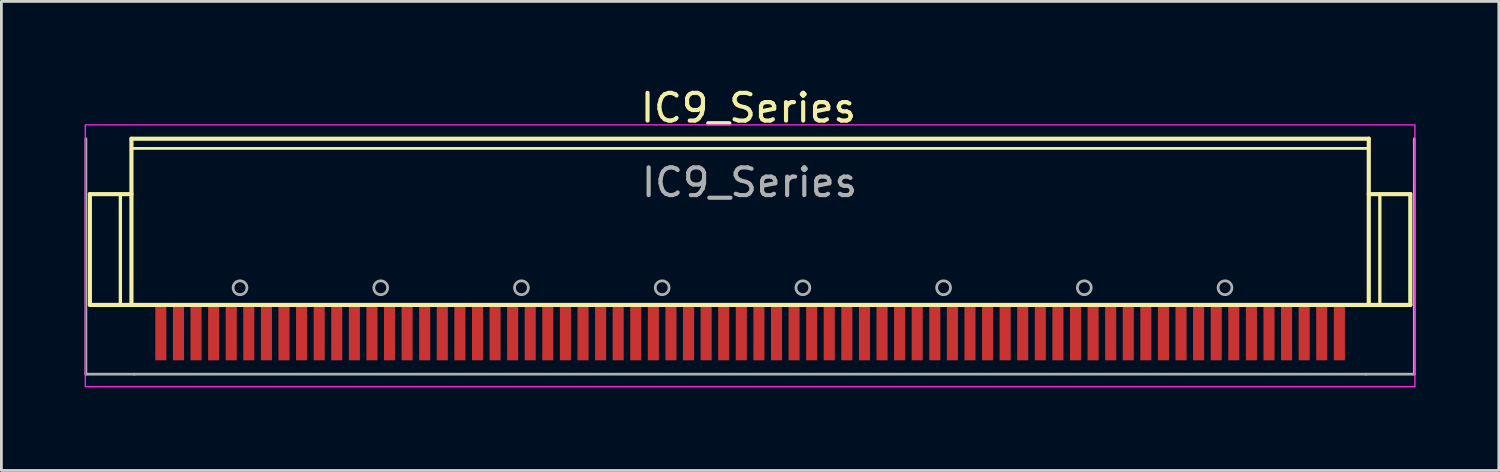
<source format=kicad_pcb>
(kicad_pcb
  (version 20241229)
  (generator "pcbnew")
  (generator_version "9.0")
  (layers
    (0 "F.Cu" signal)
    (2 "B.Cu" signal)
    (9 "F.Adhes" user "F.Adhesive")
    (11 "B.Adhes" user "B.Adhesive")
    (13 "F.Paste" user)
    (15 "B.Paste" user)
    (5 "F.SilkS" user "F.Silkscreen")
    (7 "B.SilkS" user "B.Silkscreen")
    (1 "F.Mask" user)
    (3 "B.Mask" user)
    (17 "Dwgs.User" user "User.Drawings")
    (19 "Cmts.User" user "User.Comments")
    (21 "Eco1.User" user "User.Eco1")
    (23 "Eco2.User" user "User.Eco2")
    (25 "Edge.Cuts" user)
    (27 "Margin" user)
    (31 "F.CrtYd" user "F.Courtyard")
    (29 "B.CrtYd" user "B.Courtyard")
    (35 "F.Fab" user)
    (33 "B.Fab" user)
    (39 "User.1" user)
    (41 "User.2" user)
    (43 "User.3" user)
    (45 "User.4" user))
  (footprint "IC9_Series"
    (layer "F.Cu")
    (at 24.03 7.958)
    (property "Reference" "IC9_Series" (at -0.06 -7.11 0) (unlocked yes) (layer "F.SilkS") (effects (font (size 1 1) (thickness 0.15))))
    (attr smd)
    (fp_rect (start -21.473 0) (end -21.073 2) (stroke (width 0) (type solid)) (fill yes) (layer "F.Mask"))
    (fp_rect (start -20.837 0) (end -20.438 2) (stroke (width 0) (type solid)) (fill yes) (layer "F.Mask"))
    (fp_rect (start -20.203 0) (end -19.802 2) (stroke (width 0) (type solid)) (fill yes) (layer "F.Mask"))
    (fp_rect (start -19.567 0) (end -19.168 2) (stroke (width 0) (type solid)) (fill yes) (layer "F.Mask"))
    (fp_rect (start -18.933 0) (end -18.532 2) (stroke (width 0) (type solid)) (fill yes) (layer "F.Mask"))
    (fp_rect (start -18.297 0) (end -17.898 2) (stroke (width 0) (type solid)) (fill yes) (layer "F.Mask"))
    (fp_rect (start -17.663 0) (end -17.262 2) (stroke (width 0) (type solid)) (fill yes) (layer "F.Mask"))
    (fp_rect (start -17.027 0) (end -16.628 2) (stroke (width 0) (type solid)) (fill yes) (layer "F.Mask"))
    (fp_rect (start -16.392 0) (end -15.992 2) (stroke (width 0) (type solid)) (fill yes) (layer "F.Mask"))
    (fp_rect (start -15.758 0) (end -15.357 2) (stroke (width 0) (type solid)) (fill yes) (layer "F.Mask"))
    (fp_rect (start -15.123 0) (end -14.723 2) (stroke (width 0) (type solid)) (fill yes) (layer "F.Mask"))
    (fp_rect (start -14.488 0) (end -14.088 2) (stroke (width 0) (type solid)) (fill yes) (layer "F.Mask"))
    (fp_rect (start -13.852 0) (end -13.453 2) (stroke (width 0) (type solid)) (fill yes) (layer "F.Mask"))
    (fp_rect (start -13.217 0) (end -12.818 2) (stroke (width 0) (type solid)) (fill yes) (layer "F.Mask"))
    (fp_rect (start -12.582 0) (end -12.182 2) (stroke (width 0) (type solid)) (fill yes) (layer "F.Mask"))
    (fp_rect (start -11.947 0) (end -11.547 2) (stroke (width 0) (type solid)) (fill yes) (layer "F.Mask"))
    (fp_rect (start -11.312 0) (end -10.912 2) (stroke (width 0) (type solid)) (fill yes) (layer "F.Mask"))
    (fp_rect (start -10.678 0) (end -10.277 2) (stroke (width 0) (type solid)) (fill yes) (layer "F.Mask"))
    (fp_rect (start -10.043 0) (end -9.643 2) (stroke (width 0) (type solid)) (fill yes) (layer "F.Mask"))
    (fp_rect (start -9.408 0) (end -9.008 2) (stroke (width 0) (type solid)) (fill yes) (layer "F.Mask"))
    (fp_rect (start -8.773 0) (end -8.373 2) (stroke (width 0) (type solid)) (fill yes) (layer "F.Mask"))
    (fp_rect (start -8.137 0) (end -7.737 2) (stroke (width 0) (type solid)) (fill yes) (layer "F.Mask"))
    (fp_rect (start -7.503 0) (end -7.103 2) (stroke (width 0) (type solid)) (fill yes) (layer "F.Mask"))
    (fp_rect (start -6.867 0) (end -6.468 2) (stroke (width 0) (type solid)) (fill yes) (layer "F.Mask"))
    (fp_rect (start -6.232 0) (end -5.832 2) (stroke (width 0) (type solid)) (fill yes) (layer "F.Mask"))
    (fp_rect (start -5.598 0) (end -5.197 2) (stroke (width 0) (type solid)) (fill yes) (layer "F.Mask"))
    (fp_rect (start -4.963 0) (end -4.562 2) (stroke (width 0) (type solid)) (fill yes) (layer "F.Mask"))
    (fp_rect (start -4.327 0) (end -3.928 2) (stroke (width 0) (type solid)) (fill yes) (layer "F.Mask"))
    (fp_rect (start -3.692 0) (end -3.292 2) (stroke (width 0) (type solid)) (fill yes) (layer "F.Mask"))
    (fp_rect (start -3.058 0) (end -2.658 2) (stroke (width 0) (type solid)) (fill yes) (layer "F.Mask"))
    (fp_rect (start -2.422 0) (end -2.022 2) (stroke (width 0) (type solid)) (fill yes) (layer "F.Mask"))
    (fp_rect (start -1.788 0) (end -1.387 2) (stroke (width 0) (type solid)) (fill yes) (layer "F.Mask"))
    (fp_rect (start -1.153 0) (end -0.752 2) (stroke (width 0) (type solid)) (fill yes) (layer "F.Mask"))
    (fp_rect (start -0.517 0) (end -0.117 2) (stroke (width 0) (type solid)) (fill yes) (layer "F.Mask"))
    (fp_rect (start 0.117 0) (end 0.517 2) (stroke (width 0) (type solid)) (fill yes) (layer "F.Mask"))
    (fp_rect (start 0.752 0) (end 1.153 2) (stroke (width 0) (type solid)) (fill yes) (layer "F.Mask"))
    (fp_rect (start 1.387 0) (end 1.788 2) (stroke (width 0) (type solid)) (fill yes) (layer "F.Mask"))
    (fp_rect (start 2.022 0) (end 2.422 2) (stroke (width 0) (type solid)) (fill yes) (layer "F.Mask"))
    (fp_rect (start 2.658 0) (end 3.058 2) (stroke (width 0) (type solid)) (fill yes) (layer "F.Mask"))
    (fp_rect (start 3.292 0) (end 3.692 2) (stroke (width 0) (type solid)) (fill yes) (layer "F.Mask"))
    (fp_rect (start 3.928 0) (end 4.327 2) (stroke (width 0) (type solid)) (fill yes) (layer "F.Mask"))
    (fp_rect (start 4.562 0) (end 4.963 2) (stroke (width 0) (type solid)) (fill yes) (layer "F.Mask"))
    (fp_rect (start 5.197 0) (end 5.598 2) (stroke (width 0) (type solid)) (fill yes) (layer "F.Mask"))
    (fp_rect (start 5.832 0) (end 6.232 2) (stroke (width 0) (type solid)) (fill yes) (layer "F.Mask"))
    (fp_rect (start 6.468 0) (end 6.867 2) (stroke (width 0) (type solid)) (fill yes) (layer "F.Mask"))
    (fp_rect (start 7.103 0) (end 7.503 2) (stroke (width 0) (type solid)) (fill yes) (layer "F.Mask"))
    (fp_rect (start 7.737 0) (end 8.137 2) (stroke (width 0) (type solid)) (fill yes) (layer "F.Mask"))
    (fp_rect (start 8.373 0) (end 8.773 2) (stroke (width 0) (type solid)) (fill yes) (layer "F.Mask"))
    (fp_rect (start 9.008 0) (end 9.408 2) (stroke (width 0) (type solid)) (fill yes) (layer "F.Mask"))
    (fp_rect (start 9.643 0) (end 10.043 2) (stroke (width 0) (type solid)) (fill yes) (layer "F.Mask"))
    (fp_rect (start 10.277 0) (end 10.678 2) (stroke (width 0) (type solid)) (fill yes) (layer "F.Mask"))
    (fp_rect (start 10.912 0) (end 11.312 2) (stroke (width 0) (type solid)) (fill yes) (layer "F.Mask"))
    (fp_rect (start 11.547 0) (end 11.947 2) (stroke (width 0) (type solid)) (fill yes) (layer "F.Mask"))
    (fp_rect (start 12.182 0) (end 12.582 2) (stroke (width 0) (type solid)) (fill yes) (layer "F.Mask"))
    (fp_rect (start 12.818 0) (end 13.217 2) (stroke (width 0) (type solid)) (fill yes) (layer "F.Mask"))
    (fp_rect (start 13.453 0) (end 13.852 2) (stroke (width 0) (type solid)) (fill yes) (layer "F.Mask"))
    (fp_rect (start 14.088 0) (end 14.488 2) (stroke (width 0) (type solid)) (fill yes) (layer "F.Mask"))
    (fp_rect (start 14.723 0) (end 15.123 2) (stroke (width 0) (type solid)) (fill yes) (layer "F.Mask"))
    (fp_rect (start 15.357 0) (end 15.758 2) (stroke (width 0) (type solid)) (fill yes) (layer "F.Mask"))
    (fp_rect (start 15.992 0) (end 16.392 2) (stroke (width 0) (type solid)) (fill yes) (layer "F.Mask"))
    (fp_rect (start 16.628 0) (end 17.027 2) (stroke (width 0) (type solid)) (fill yes) (layer "F.Mask"))
    (fp_rect (start 17.262 0) (end 17.663 2) (stroke (width 0) (type solid)) (fill yes) (layer "F.Mask"))
    (fp_rect (start 17.898 0) (end 18.297 2) (stroke (width 0) (type solid)) (fill yes) (layer "F.Mask"))
    (fp_rect (start 18.532 0) (end 18.933 2) (stroke (width 0) (type solid)) (fill yes) (layer "F.Mask"))
    (fp_rect (start 19.168 0) (end 19.567 2) (stroke (width 0) (type solid)) (fill yes) (layer "F.Mask"))
    (fp_rect (start 19.802 0) (end 20.203 2) (stroke (width 0) (type solid)) (fill yes) (layer "F.Mask"))
    (fp_rect (start 20.438 0) (end 20.837 2) (stroke (width 0) (type solid)) (fill yes) (layer "F.Mask"))
    (fp_rect (start 21.073 0) (end 21.473 2) (stroke (width 0) (type solid)) (fill yes) (layer "F.Mask"))
    (fp_line (start -23.835 -4) (end -23.835 0) (stroke (width 0.15) (type solid)) (layer "F.SilkS"))
    (fp_line (start -23.835 0) (end 23.835 0) (stroke (width 0.15) (type solid)) (layer "F.SilkS"))
    (fp_line (start -22.735 -4) (end -22.735 0) (stroke (width 0.12) (type solid)) (layer "F.SilkS"))
    (fp_line (start -22.335 -6) (end -22.335 0) (stroke (width 0.15) (type solid)) (layer "F.SilkS"))
    (fp_line (start -22.335 -4) (end -23.835 -4) (stroke (width 0.15) (type solid)) (layer "F.SilkS"))
    (fp_line (start 22.335 -6) (end -22.335 -6) (stroke (width 0.15) (type solid)) (layer "F.SilkS"))
    (fp_line (start 22.335 -5.65) (end -22.335 -5.65) (stroke (width 0.1) (type solid)) (layer "F.SilkS"))
    (fp_line (start 22.335 0) (end 22.335 -6) (stroke (width 0.15) (type solid)) (layer "F.SilkS"))
    (fp_line (start 22.735 -4) (end 22.735 0) (stroke (width 0.12) (type solid)) (layer "F.SilkS"))
    (fp_line (start 23.835 -4) (end 22.335 -4) (stroke (width 0.15) (type solid)) (layer "F.SilkS"))
    (fp_line (start 23.835 0) (end 23.835 -4) (stroke (width 0.15) (type solid)) (layer "F.SilkS"))
    (fp_rect (start -21.473 0) (end -21.073 2) (stroke (width 0) (type solid)) (fill yes) (layer "F.Paste"))
    (fp_rect (start -21.473 0) (end -21.073 2) (stroke (width 0) (type solid)) (fill yes) (layer "F.Paste"))
    (fp_rect (start -20.837 0) (end -20.438 2) (stroke (width 0) (type solid)) (fill yes) (layer "F.Paste"))
    (fp_rect (start -20.837 0) (end -20.438 2) (stroke (width 0) (type solid)) (fill yes) (layer "F.Paste"))
    (fp_rect (start -20.203 0) (end -19.802 2) (stroke (width 0) (type solid)) (fill yes) (layer "F.Paste"))
    (fp_rect (start -20.203 0) (end -19.802 2) (stroke (width 0) (type solid)) (fill yes) (layer "F.Paste"))
    (fp_rect (start -19.567 0) (end -19.168 2) (stroke (width 0) (type solid)) (fill yes) (layer "F.Paste"))
    (fp_rect (start -19.567 0) (end -19.168 2) (stroke (width 0) (type solid)) (fill yes) (layer "F.Paste"))
    (fp_rect (start -18.933 0) (end -18.532 2) (stroke (width 0) (type solid)) (fill yes) (layer "F.Paste"))
    (fp_rect (start -18.933 0) (end -18.532 2) (stroke (width 0) (type solid)) (fill yes) (layer "F.Paste"))
    (fp_rect (start -18.297 0) (end -17.898 2) (stroke (width 0) (type solid)) (fill yes) (layer "F.Paste"))
    (fp_rect (start -18.297 0) (end -17.898 2) (stroke (width 0) (type solid)) (fill yes) (layer "F.Paste"))
    (fp_rect (start -17.663 0) (end -17.262 2) (stroke (width 0) (type solid)) (fill yes) (layer "F.Paste"))
    (fp_rect (start -17.663 0) (end -17.262 2) (stroke (width 0) (type solid)) (fill yes) (layer "F.Paste"))
    (fp_rect (start -17.027 0) (end -16.628 2) (stroke (width 0) (type solid)) (fill yes) (layer "F.Paste"))
    (fp_rect (start -17.027 0) (end -16.628 2) (stroke (width 0) (type solid)) (fill yes) (layer "F.Paste"))
    (fp_rect (start -16.392 0) (end -15.992 2) (stroke (width 0) (type solid)) (fill yes) (layer "F.Paste"))
    (fp_rect (start -16.392 0) (end -15.992 2) (stroke (width 0) (type solid)) (fill yes) (layer "F.Paste"))
    (fp_rect (start -15.758 0) (end -15.357 2) (stroke (width 0) (type solid)) (fill yes) (layer "F.Paste"))
    (fp_rect (start -15.758 0) (end -15.357 2) (stroke (width 0) (type solid)) (fill yes) (layer "F.Paste"))
    (fp_rect (start -15.123 0) (end -14.723 2) (stroke (width 0) (type solid)) (fill yes) (layer "F.Paste"))
    (fp_rect (start -15.123 0) (end -14.723 2) (stroke (width 0) (type solid)) (fill yes) (layer "F.Paste"))
    (fp_rect (start -14.488 0) (end -14.088 2) (stroke (width 0) (type solid)) (fill yes) (layer "F.Paste"))
    (fp_rect (start -14.488 0) (end -14.088 2) (stroke (width 0) (type solid)) (fill yes) (layer "F.Paste"))
    (fp_rect (start -13.852 0) (end -13.453 2) (stroke (width 0) (type solid)) (fill yes) (layer "F.Paste"))
    (fp_rect (start -13.852 0) (end -13.453 2) (stroke (width 0) (type solid)) (fill yes) (layer "F.Paste"))
    (fp_rect (start -13.217 0) (end -12.818 2) (stroke (width 0) (type solid)) (fill yes) (layer "F.Paste"))
    (fp_rect (start -13.217 0) (end -12.818 2) (stroke (width 0) (type solid)) (fill yes) (layer "F.Paste"))
    (fp_rect (start -12.582 0) (end -12.182 2) (stroke (width 0) (type solid)) (fill yes) (layer "F.Paste"))
    (fp_rect (start -12.582 0) (end -12.182 2) (stroke (width 0) (type solid)) (fill yes) (layer "F.Paste"))
    (fp_rect (start -11.947 0) (end -11.547 2) (stroke (width 0) (type solid)) (fill yes) (layer "F.Paste"))
    (fp_rect (start -11.947 0) (end -11.547 2) (stroke (width 0) (type solid)) (fill yes) (layer "F.Paste"))
    (fp_rect (start -11.312 0) (end -10.912 2) (stroke (width 0) (type solid)) (fill yes) (layer "F.Paste"))
    (fp_rect (start -11.312 0) (end -10.912 2) (stroke (width 0) (type solid)) (fill yes) (layer "F.Paste"))
    (fp_rect (start -10.678 0) (end -10.277 2) (stroke (width 0) (type solid)) (fill yes) (layer "F.Paste"))
    (fp_rect (start -10.678 0) (end -10.277 2) (stroke (width 0) (type solid)) (fill yes) (layer "F.Paste"))
    (fp_rect (start -10.043 0) (end -9.643 2) (stroke (width 0) (type solid)) (fill yes) (layer "F.Paste"))
    (fp_rect (start -10.043 0) (end -9.643 2) (stroke (width 0) (type solid)) (fill yes) (layer "F.Paste"))
    (fp_rect (start -9.408 0) (end -9.008 2) (stroke (width 0) (type solid)) (fill yes) (layer "F.Paste"))
    (fp_rect (start -9.408 0) (end -9.008 2) (stroke (width 0) (type solid)) (fill yes) (layer "F.Paste"))
    (fp_rect (start -8.773 0) (end -8.373 2) (stroke (width 0) (type solid)) (fill yes) (layer "F.Paste"))
    (fp_rect (start -8.773 0) (end -8.373 2) (stroke (width 0) (type solid)) (fill yes) (layer "F.Paste"))
    (fp_rect (start -8.137 0) (end -7.737 2) (stroke (width 0) (type solid)) (fill yes) (layer "F.Paste"))
    (fp_rect (start -8.137 0) (end -7.737 2) (stroke (width 0) (type solid)) (fill yes) (layer "F.Paste"))
    (fp_rect (start -7.503 0) (end -7.103 2) (stroke (width 0) (type solid)) (fill yes) (layer "F.Paste"))
    (fp_rect (start -7.503 0) (end -7.103 2) (stroke (width 0) (type solid)) (fill yes) (layer "F.Paste"))
    (fp_rect (start -6.867 0) (end -6.468 2) (stroke (width 0) (type solid)) (fill yes) (layer "F.Paste"))
    (fp_rect (start -6.867 0) (end -6.468 2) (stroke (width 0) (type solid)) (fill yes) (layer "F.Paste"))
    (fp_rect (start -6.232 0) (end -5.832 2) (stroke (width 0) (type solid)) (fill yes) (layer "F.Paste"))
    (fp_rect (start -6.232 0) (end -5.832 2) (stroke (width 0) (type solid)) (fill yes) (layer "F.Paste"))
    (fp_rect (start -5.598 0) (end -5.197 2) (stroke (width 0) (type solid)) (fill yes) (layer "F.Paste"))
    (fp_rect (start -5.598 0) (end -5.197 2) (stroke (width 0) (type solid)) (fill yes) (layer "F.Paste"))
    (fp_rect (start -4.963 0) (end -4.562 2) (stroke (width 0) (type solid)) (fill yes) (layer "F.Paste"))
    (fp_rect (start -4.963 0) (end -4.562 2) (stroke (width 0) (type solid)) (fill yes) (layer "F.Paste"))
    (fp_rect (start -4.327 0) (end -3.928 2) (stroke (width 0) (type solid)) (fill yes) (layer "F.Paste"))
    (fp_rect (start -4.327 0) (end -3.928 2) (stroke (width 0) (type solid)) (fill yes) (layer "F.Paste"))
    (fp_rect (start -3.692 0) (end -3.292 2) (stroke (width 0) (type solid)) (fill yes) (layer "F.Paste"))
    (fp_rect (start -3.692 0) (end -3.292 2) (stroke (width 0) (type solid)) (fill yes) (layer "F.Paste"))
    (fp_rect (start -3.058 0) (end -2.658 2) (stroke (width 0) (type solid)) (fill yes) (layer "F.Paste"))
    (fp_rect (start -3.058 0) (end -2.658 2) (stroke (width 0) (type solid)) (fill yes) (layer "F.Paste"))
    (fp_rect (start -2.422 0) (end -2.022 2) (stroke (width 0) (type solid)) (fill yes) (layer "F.Paste"))
    (fp_rect (start -2.422 0) (end -2.022 2) (stroke (width 0) (type solid)) (fill yes) (layer "F.Paste"))
    (fp_rect (start -1.788 0) (end -1.387 2) (stroke (width 0) (type solid)) (fill yes) (layer "F.Paste"))
    (fp_rect (start -1.788 0) (end -1.387 2) (stroke (width 0) (type solid)) (fill yes) (layer "F.Paste"))
    (fp_rect (start -1.153 0) (end -0.752 2) (stroke (width 0) (type solid)) (fill yes) (layer "F.Paste"))
    (fp_rect (start -1.153 0) (end -0.752 2) (stroke (width 0) (type solid)) (fill yes) (layer "F.Paste"))
    (fp_rect (start -0.517 0) (end -0.117 2) (stroke (width 0) (type solid)) (fill yes) (layer "F.Paste"))
    (fp_rect (start -0.517 0) (end -0.117 2) (stroke (width 0) (type solid)) (fill yes) (layer "F.Paste"))
    (fp_rect (start 0.117 0) (end 0.517 2) (stroke (width 0) (type solid)) (fill yes) (layer "F.Paste"))
    (fp_rect (start 0.117 0) (end 0.517 2) (stroke (width 0) (type solid)) (fill yes) (layer "F.Paste"))
    (fp_rect (start 0.752 0) (end 1.153 2) (stroke (width 0) (type solid)) (fill yes) (layer "F.Paste"))
    (fp_rect (start 0.752 0) (end 1.153 2) (stroke (width 0) (type solid)) (fill yes) (layer "F.Paste"))
    (fp_rect (start 1.387 0) (end 1.788 2) (stroke (width 0) (type solid)) (fill yes) (layer "F.Paste"))
    (fp_rect (start 1.387 0) (end 1.788 2) (stroke (width 0) (type solid)) (fill yes) (layer "F.Paste"))
    (fp_rect (start 2.022 0) (end 2.422 2) (stroke (width 0) (type solid)) (fill yes) (layer "F.Paste"))
    (fp_rect (start 2.022 0) (end 2.422 2) (stroke (width 0) (type solid)) (fill yes) (layer "F.Paste"))
    (fp_rect (start 2.658 0) (end 3.058 2) (stroke (width 0) (type solid)) (fill yes) (layer "F.Paste"))
    (fp_rect (start 2.658 0) (end 3.058 2) (stroke (width 0) (type solid)) (fill yes) (layer "F.Paste"))
    (fp_rect (start 3.292 0) (end 3.692 2) (stroke (width 0) (type solid)) (fill yes) (layer "F.Paste"))
    (fp_rect (start 3.292 0) (end 3.692 2) (stroke (width 0) (type solid)) (fill yes) (layer "F.Paste"))
    (fp_rect (start 3.928 0) (end 4.327 2) (stroke (width 0) (type solid)) (fill yes) (layer "F.Paste"))
    (fp_rect (start 3.928 0) (end 4.327 2) (stroke (width 0) (type solid)) (fill yes) (layer "F.Paste"))
    (fp_rect (start 4.562 0) (end 4.963 2) (stroke (width 0) (type solid)) (fill yes) (layer "F.Paste"))
    (fp_rect (start 4.562 0) (end 4.963 2) (stroke (width 0) (type solid)) (fill yes) (layer "F.Paste"))
    (fp_rect (start 5.197 0) (end 5.598 2) (stroke (width 0) (type solid)) (fill yes) (layer "F.Paste"))
    (fp_rect (start 5.197 0) (end 5.598 2) (stroke (width 0) (type solid)) (fill yes) (layer "F.Paste"))
    (fp_rect (start 5.832 0) (end 6.232 2) (stroke (width 0) (type solid)) (fill yes) (layer "F.Paste"))
    (fp_rect (start 5.832 0) (end 6.232 2) (stroke (width 0) (type solid)) (fill yes) (layer "F.Paste"))
    (fp_rect (start 6.468 0) (end 6.867 2) (stroke (width 0) (type solid)) (fill yes) (layer "F.Paste"))
    (fp_rect (start 6.468 0) (end 6.867 2) (stroke (width 0) (type solid)) (fill yes) (layer "F.Paste"))
    (fp_rect (start 7.103 0) (end 7.503 2) (stroke (width 0) (type solid)) (fill yes) (layer "F.Paste"))
    (fp_rect (start 7.103 0) (end 7.503 2) (stroke (width 0) (type solid)) (fill yes) (layer "F.Paste"))
    (fp_rect (start 7.737 0) (end 8.137 2) (stroke (width 0) (type solid)) (fill yes) (layer "F.Paste"))
    (fp_rect (start 7.737 0) (end 8.137 2) (stroke (width 0) (type solid)) (fill yes) (layer "F.Paste"))
    (fp_rect (start 8.373 0) (end 8.773 2) (stroke (width 0) (type solid)) (fill yes) (layer "F.Paste"))
    (fp_rect (start 8.373 0) (end 8.773 2) (stroke (width 0) (type solid)) (fill yes) (layer "F.Paste"))
    (fp_rect (start 9.008 0) (end 9.408 2) (stroke (width 0) (type solid)) (fill yes) (layer "F.Paste"))
    (fp_rect (start 9.008 0) (end 9.408 2) (stroke (width 0) (type solid)) (fill yes) (layer "F.Paste"))
    (fp_rect (start 9.643 0) (end 10.043 2) (stroke (width 0) (type solid)) (fill yes) (layer "F.Paste"))
    (fp_rect (start 9.643 0) (end 10.043 2) (stroke (width 0) (type solid)) (fill yes) (layer "F.Paste"))
    (fp_rect (start 10.277 0) (end 10.678 2) (stroke (width 0) (type solid)) (fill yes) (layer "F.Paste"))
    (fp_rect (start 10.277 0) (end 10.678 2) (stroke (width 0) (type solid)) (fill yes) (layer "F.Paste"))
    (fp_rect (start 10.912 0) (end 11.312 2) (stroke (width 0) (type solid)) (fill yes) (layer "F.Paste"))
    (fp_rect (start 10.912 0) (end 11.312 2) (stroke (width 0) (type solid)) (fill yes) (layer "F.Paste"))
    (fp_rect (start 11.547 0) (end 11.947 2) (stroke (width 0) (type solid)) (fill yes) (layer "F.Paste"))
    (fp_rect (start 11.547 0) (end 11.947 2) (stroke (width 0) (type solid)) (fill yes) (layer "F.Paste"))
    (fp_rect (start 12.182 0) (end 12.582 2) (stroke (width 0) (type solid)) (fill yes) (layer "F.Paste"))
    (fp_rect (start 12.182 0) (end 12.582 2) (stroke (width 0) (type solid)) (fill yes) (layer "F.Paste"))
    (fp_rect (start 12.818 0) (end 13.217 2) (stroke (width 0) (type solid)) (fill yes) (layer "F.Paste"))
    (fp_rect (start 12.818 0) (end 13.217 2) (stroke (width 0) (type solid)) (fill yes) (layer "F.Paste"))
    (fp_rect (start 13.453 0) (end 13.852 2) (stroke (width 0) (type solid)) (fill yes) (layer "F.Paste"))
    (fp_rect (start 13.453 0) (end 13.852 2) (stroke (width 0) (type solid)) (fill yes) (layer "F.Paste"))
    (fp_rect (start 14.088 0) (end 14.488 2) (stroke (width 0) (type solid)) (fill yes) (layer "F.Paste"))
    (fp_rect (start 14.088 0) (end 14.488 2) (stroke (width 0) (type solid)) (fill yes) (layer "F.Paste"))
    (fp_rect (start 14.723 0) (end 15.123 2) (stroke (width 0) (type solid)) (fill yes) (layer "F.Paste"))
    (fp_rect (start 14.723 0) (end 15.123 2) (stroke (width 0) (type solid)) (fill yes) (layer "F.Paste"))
    (fp_rect (start 15.357 0) (end 15.758 2) (stroke (width 0) (type solid)) (fill yes) (layer "F.Paste"))
    (fp_rect (start 15.357 0) (end 15.758 2) (stroke (width 0) (type solid)) (fill yes) (layer "F.Paste"))
    (fp_rect (start 15.992 0) (end 16.392 2) (stroke (width 0) (type solid)) (fill yes) (layer "F.Paste"))
    (fp_rect (start 15.992 0) (end 16.392 2) (stroke (width 0) (type solid)) (fill yes) (layer "F.Paste"))
    (fp_rect (start 16.628 0) (end 17.027 2) (stroke (width 0) (type solid)) (fill yes) (layer "F.Paste"))
    (fp_rect (start 16.628 0) (end 17.027 2) (stroke (width 0) (type solid)) (fill yes) (layer "F.Paste"))
    (fp_rect (start 17.262 0) (end 17.663 2) (stroke (width 0) (type solid)) (fill yes) (layer "F.Paste"))
    (fp_rect (start 17.262 0) (end 17.663 2) (stroke (width 0) (type solid)) (fill yes) (layer "F.Paste"))
    (fp_rect (start 17.898 0) (end 18.297 2) (stroke (width 0) (type solid)) (fill yes) (layer "F.Paste"))
    (fp_rect (start 17.898 0) (end 18.297 2) (stroke (width 0) (type solid)) (fill yes) (layer "F.Paste"))
    (fp_rect (start 18.532 0) (end 18.933 2) (stroke (width 0) (type solid)) (fill yes) (layer "F.Paste"))
    (fp_rect (start 18.532 0) (end 18.933 2) (stroke (width 0) (type solid)) (fill yes) (layer "F.Paste"))
    (fp_rect (start 19.168 0) (end 19.567 2) (stroke (width 0) (type solid)) (fill yes) (layer "F.Paste"))
    (fp_rect (start 19.168 0) (end 19.567 2) (stroke (width 0) (type solid)) (fill yes) (layer "F.Paste"))
    (fp_rect (start 19.802 0) (end 20.203 2) (stroke (width 0) (type solid)) (fill yes) (layer "F.Paste"))
    (fp_rect (start 19.802 0) (end 20.203 2) (stroke (width 0) (type solid)) (fill yes) (layer "F.Paste"))
    (fp_rect (start 20.438 0) (end 20.837 2) (stroke (width 0) (type solid)) (fill yes) (layer "F.Paste"))
    (fp_rect (start 20.438 0) (end 20.837 2) (stroke (width 0) (type solid)) (fill yes) (layer "F.Paste"))
    (fp_rect (start 21.073 0) (end 21.473 2) (stroke (width 0) (type solid)) (fill yes) (layer "F.Paste"))
    (fp_rect (start 21.073 0) (end 21.473 2) (stroke (width 0) (type solid)) (fill yes) (layer "F.Paste"))
    (fp_rect (start -24 -6.5) (end 24 2.952) (stroke (width 0.05) (type solid)) (fill no) (layer "F.CrtYd"))
    (fp_line (start -23.98 2.5) (end -23.98 -6) (stroke (width 0.1) (type solid)) (layer "F.Fab"))
    (fp_line (start -23.98 2.5) (end -22.23 2.5) (stroke (width 0.1) (type solid)) (layer "F.Fab"))
    (fp_line (start 22.23 2.5) (end -22.23 2.5) (stroke (width 0.1) (type solid)) (layer "F.Fab"))
    (fp_line (start 23.98 -6) (end 23.98 2.5) (stroke (width 0.1) (type solid)) (layer "F.Fab"))
    (fp_line (start 23.98 2.5) (end 22.23 2.5) (stroke (width 0.1) (type solid)) (layer "F.Fab"))
    (fp_circle (center -18.415 -0.62) (end -18.165 -0.62) (stroke (width 0.1) (type solid)) (fill no) (layer "F.Fab"))
    (fp_circle (center -13.335 -0.62) (end -13.085 -0.62) (stroke (width 0.1) (type solid)) (fill no) (layer "F.Fab"))
    (fp_circle (center -8.255 -0.62) (end -8.005 -0.62) (stroke (width 0.1) (type solid)) (fill no) (layer "F.Fab"))
    (fp_circle (center -3.175 -0.62) (end -2.925 -0.62) (stroke (width 0.1) (type solid)) (fill no) (layer "F.Fab"))
    (fp_circle (center 1.905 -0.62) (end 2.155 -0.62) (stroke (width 0.1) (type solid)) (fill no) (layer "F.Fab"))
    (fp_circle (center 6.985 -0.62) (end 7.235 -0.62) (stroke (width 0.1) (type solid)) (fill no) (layer "F.Fab"))
    (fp_circle (center 12.065 -0.62) (end 12.315 -0.62) (stroke (width 0.1) (type solid)) (fill no) (layer "F.Fab"))
    (fp_circle (center 17.145 -0.62) (end 17.395 -0.62) (stroke (width 0.1) (type solid)) (fill no) (layer "F.Fab"))
    (fp_text user "${REFERENCE}" (at -0.02 -4.42 0) (unlocked yes) (layer "F.Fab") (effects (font (size 1 1) (thickness 0.15))))
    (pad "1" smd rect (at -21.273 1 90) (size 2 0.4) (layers "F.Cu" "F.Mask" "F.Paste"))
    (pad "2" smd rect (at -20.003 1 90) (size 2 0.4) (layers "F.Cu" "F.Mask" "F.Paste"))
    (pad "3" smd rect (at -18.733 1 90) (size 2 0.4) (layers "F.Cu" "F.Mask" "F.Paste"))
    (pad "4" smd rect (at -17.462 1 90) (size 2 0.4) (layers "F.Cu" "F.Mask" "F.Paste"))
    (pad "5" smd rect (at -16.192 1 90) (size 2 0.4) (layers "F.Cu" "F.Mask" "F.Paste"))
    (pad "6" smd rect (at -14.922 1 90) (size 2 0.4) (layers "F.Cu" "F.Mask" "F.Paste"))
    (pad "7" smd rect (at -13.652 1 90) (size 2 0.4) (layers "F.Cu" "F.Mask" "F.Paste"))
    (pad "8" smd rect (at -12.383 1 90) (size 2 0.4) (layers "F.Cu" "F.Mask" "F.Paste"))
    (pad "9" smd rect (at -11.113 1 90) (size 2 0.4) (layers "F.Cu" "F.Mask" "F.Paste"))
    (pad "10" smd rect (at -9.842 1 90) (size 2 0.4) (layers "F.Cu" "F.Mask" "F.Paste"))
    (pad "11" smd rect (at -8.572 1 90) (size 2 0.4) (layers "F.Cu" "F.Mask" "F.Paste"))
    (pad "12" smd rect (at -7.303 1 90) (size 2 0.4) (layers "F.Cu" "F.Mask" "F.Paste"))
    (pad "13" smd rect (at -6.032 1 90) (size 2 0.4) (layers "F.Cu" "F.Mask" "F.Paste"))
    (pad "14" smd rect (at -4.763 1 90) (size 2 0.4) (layers "F.Cu" "F.Mask" "F.Paste"))
    (pad "15" smd rect (at -3.493 1 90) (size 2 0.4) (layers "F.Cu" "F.Mask" "F.Paste"))
    (pad "16" smd rect (at -2.223 1 90) (size 2 0.4) (layers "F.Cu" "F.Mask" "F.Paste"))
    (pad "17" smd rect (at -0.953 1 90) (size 2 0.4) (layers "F.Cu" "F.Mask" "F.Paste"))
    (pad "18" smd rect (at 0.318 1 90) (size 2 0.4) (layers "F.Cu" "F.Mask" "F.Paste"))
    (pad "19" smd rect (at 1.587 1 90) (size 2 0.4) (layers "F.Cu" "F.Mask" "F.Paste"))
    (pad "20" smd rect (at 2.857 1 90) (size 2 0.4) (layers "F.Cu" "F.Mask" "F.Paste"))
    (pad "21" smd rect (at 4.128 1 90) (size 2 0.4) (layers "F.Cu" "F.Mask" "F.Paste"))
    (pad "22" smd rect (at 5.397 1 90) (size 2 0.4) (layers "F.Cu" "F.Mask" "F.Paste"))
    (pad "23" smd rect (at 6.668 1 90) (size 2 0.4) (layers "F.Cu" "F.Mask" "F.Paste"))
    (pad "24" smd rect (at 7.938 1 90) (size 2 0.4) (layers "F.Cu" "F.Mask" "F.Paste"))
    (pad "25" smd rect (at 9.207 1 90) (size 2 0.4) (layers "F.Cu" "F.Mask" "F.Paste"))
    (pad "26" smd rect (at 10.477 1 90) (size 2 0.4) (layers "F.Cu" "F.Mask" "F.Paste"))
    (pad "27" smd rect (at 11.748 1 90) (size 2 0.4) (layers "F.Cu" "F.Mask" "F.Paste"))
    (pad "28" smd rect (at 13.018 1 90) (size 2 0.4) (layers "F.Cu" "F.Mask" "F.Paste"))
    (pad "29" smd rect (at 14.287 1 90) (size 2 0.4) (layers "F.Cu" "F.Mask" "F.Paste"))
    (pad "30" smd rect (at 15.557 1 90) (size 2 0.4) (layers "F.Cu" "F.Mask" "F.Paste"))
    (pad "31" smd rect (at 16.828 1 90) (size 2 0.4) (layers "F.Cu" "F.Mask" "F.Paste"))
    (pad "32" smd rect (at 18.098 1 90) (size 2 0.4) (layers "F.Cu" "F.Mask" "F.Paste"))
    (pad "33" smd rect (at 19.367 1 90) (size 2 0.4) (layers "F.Cu" "F.Mask" "F.Paste"))
    (pad "34" smd rect (at 20.637 1 90) (size 2 0.4) (layers "F.Cu" "F.Mask" "F.Paste"))
    (pad "35" smd rect (at -20.637 1 90) (size 2 0.4) (layers "F.Cu" "F.Mask" "F.Paste"))
    (pad "36" smd rect (at -19.367 1 90) (size 2 0.4) (layers "F.Cu" "F.Mask" "F.Paste"))
    (pad "37" smd rect (at -18.098 1 90) (size 2 0.4) (layers "F.Cu" "F.Mask" "F.Paste"))
    (pad "38" smd rect (at -16.828 1 90) (size 2 0.4) (layers "F.Cu" "F.Mask" "F.Paste"))
    (pad "39" smd rect (at -15.557 1 90) (size 2 0.4) (layers "F.Cu" "F.Mask" "F.Paste"))
    (pad "40" smd rect (at -14.287 1 90) (size 2 0.4) (layers "F.Cu" "F.Mask" "F.Paste"))
    (pad "41" smd rect (at -13.018 1 90) (size 2 0.4) (layers "F.Cu" "F.Mask" "F.Paste"))
    (pad "42" smd rect (at -11.748 1 90) (size 2 0.4) (layers "F.Cu" "F.Mask" "F.Paste"))
    (pad "43" smd rect (at -10.477 1 90) (size 2 0.4) (layers "F.Cu" "F.Mask" "F.Paste"))
    (pad "44" smd rect (at -9.207 1 90) (size 2 0.4) (layers "F.Cu" "F.Mask" "F.Paste"))
    (pad "45" smd rect (at -7.938 1 90) (size 2 0.4) (layers "F.Cu" "F.Mask" "F.Paste"))
    (pad "46" smd rect (at -6.668 1 90) (size 2 0.4) (layers "F.Cu" "F.Mask" "F.Paste"))
    (pad "47" smd rect (at -5.397 1 90) (size 2 0.4) (layers "F.Cu" "F.Mask" "F.Paste"))
    (pad "48" smd rect (at -4.128 1 90) (size 2 0.4) (layers "F.Cu" "F.Mask" "F.Paste"))
    (pad "49" smd rect (at -2.857 1 90) (size 2 0.4) (layers "F.Cu" "F.Mask" "F.Paste"))
    (pad "50" smd rect (at -1.587 1 90) (size 2 0.4) (layers "F.Cu" "F.Mask" "F.Paste"))
    (pad "51" smd rect (at -0.318 1 90) (size 2 0.4) (layers "F.Cu" "F.Mask" "F.Paste"))
    (pad "52" smd rect (at 0.953 1 90) (size 2 0.4) (layers "F.Cu" "F.Mask" "F.Paste"))
    (pad "53" smd rect (at 2.223 1 90) (size 2 0.4) (layers "F.Cu" "F.Mask" "F.Paste"))
    (pad "54" smd rect (at 3.493 1 90) (size 2 0.4) (layers "F.Cu" "F.Mask" "F.Paste"))
    (pad "55" smd rect (at 4.763 1 90) (size 2 0.4) (layers "F.Cu" "F.Mask" "F.Paste"))
    (pad "56" smd rect (at 6.032 1 90) (size 2 0.4) (layers "F.Cu" "F.Mask" "F.Paste"))
    (pad "57" smd rect (at 7.303 1 90) (size 2 0.4) (layers "F.Cu" "F.Mask" "F.Paste"))
    (pad "58" smd rect (at 8.572 1 90) (size 2 0.4) (layers "F.Cu" "F.Mask" "F.Paste"))
    (pad "59" smd rect (at 9.842 1 90) (size 2 0.4) (layers "F.Cu" "F.Mask" "F.Paste"))
    (pad "60" smd rect (at 11.113 1 90) (size 2 0.4) (layers "F.Cu" "F.Mask" "F.Paste"))
    (pad "61" smd rect (at 12.383 1 90) (size 2 0.4) (layers "F.Cu" "F.Mask" "F.Paste"))
    (pad "62" smd rect (at 13.652 1 90) (size 2 0.4) (layers "F.Cu" "F.Mask" "F.Paste"))
    (pad "63" smd rect (at 14.922 1 90) (size 2 0.4) (layers "F.Cu" "F.Mask" "F.Paste"))
    (pad "64" smd rect (at 16.192 1 270) (size 2 0.4) (layers "F.Cu" "F.Mask" "F.Paste"))
    (pad "65" smd rect (at 17.462 1 90) (size 2 0.4) (layers "F.Cu" "F.Mask" "F.Paste"))
    (pad "66" smd rect (at 18.733 1 90) (size 2 0.4) (layers "F.Cu" "F.Mask" "F.Paste"))
    (pad "67" smd rect (at 20.003 1 90) (size 2 0.4) (layers "F.Cu" "F.Mask" "F.Paste"))
    (pad "68" smd rect (at 21.273 1 90) (size 2 0.4) (layers "F.Cu" "F.Mask" "F.Paste")))
  (gr_rect
    (start -3 -3)
    (end 51.06 13.935)
    (stroke (width 0.1) (type default))
    (fill no)
    (layer "Edge.Cuts")))
</source>
